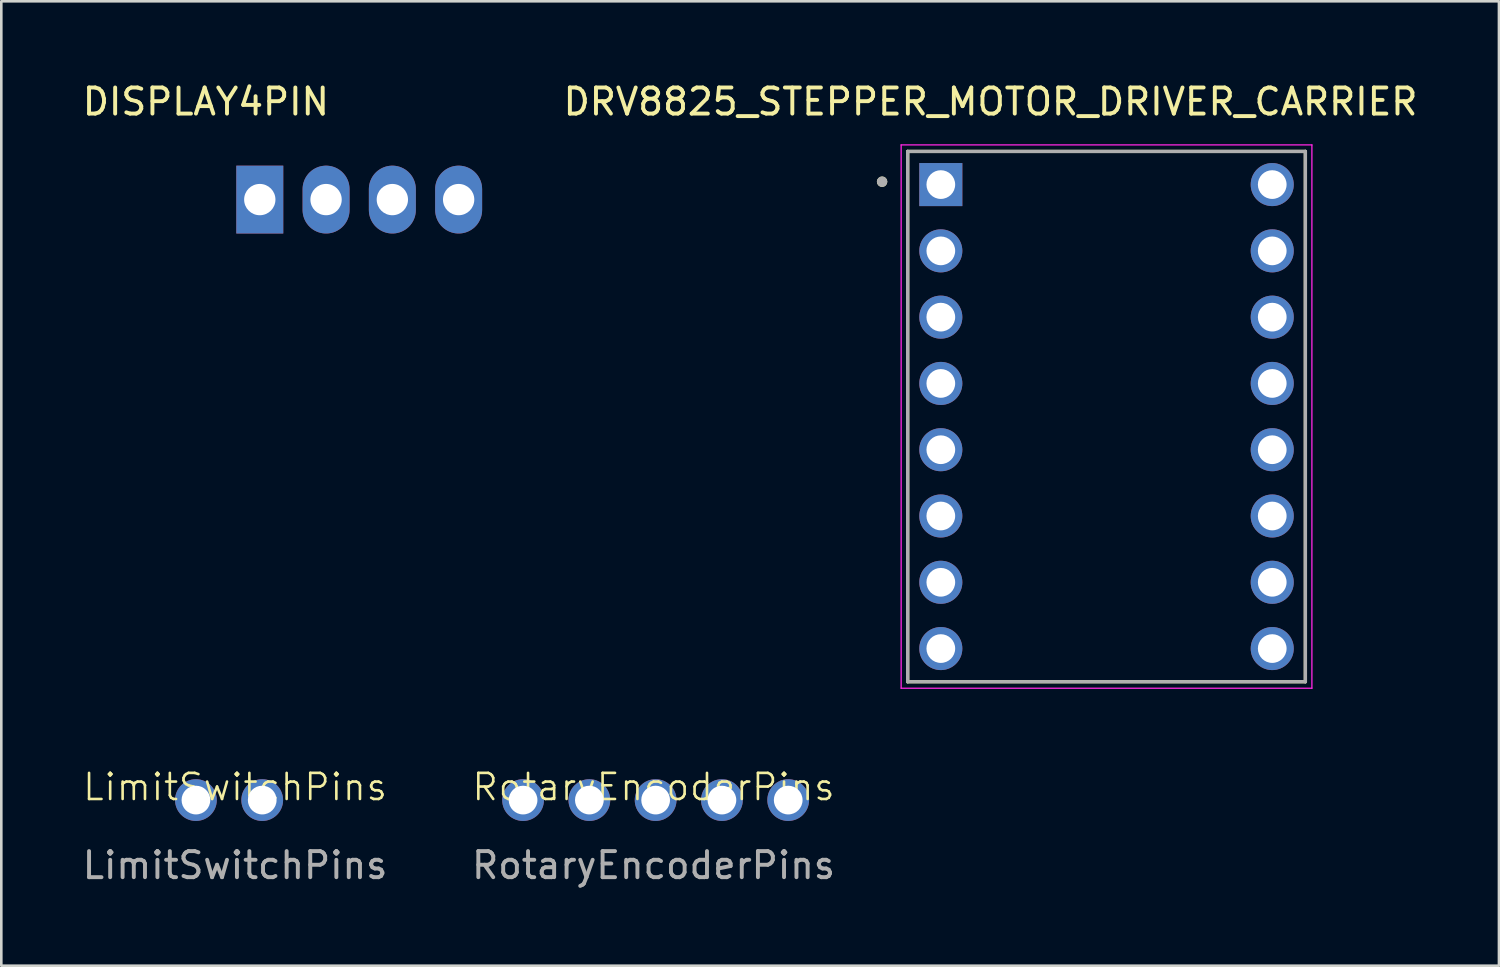
<source format=kicad_pcb>
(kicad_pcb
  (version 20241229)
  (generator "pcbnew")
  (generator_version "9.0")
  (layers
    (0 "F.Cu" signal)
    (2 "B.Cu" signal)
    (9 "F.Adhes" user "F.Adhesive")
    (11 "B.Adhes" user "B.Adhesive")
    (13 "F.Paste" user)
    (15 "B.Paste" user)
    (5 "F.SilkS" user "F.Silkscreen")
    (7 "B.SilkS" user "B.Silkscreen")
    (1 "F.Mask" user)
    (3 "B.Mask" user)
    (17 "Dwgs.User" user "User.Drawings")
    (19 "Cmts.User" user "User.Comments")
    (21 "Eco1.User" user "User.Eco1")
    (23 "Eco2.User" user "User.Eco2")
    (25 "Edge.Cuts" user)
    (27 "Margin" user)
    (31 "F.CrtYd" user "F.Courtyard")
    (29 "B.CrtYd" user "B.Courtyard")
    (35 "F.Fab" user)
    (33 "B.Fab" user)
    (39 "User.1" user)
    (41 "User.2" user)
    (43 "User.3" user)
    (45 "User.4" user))
  (footprint "RotaryEncoderPins"
    (layer "F.Cu")
    (at 21.994 27.609)
    (property "Reference" "RotaryEncoderPins" (at 0 -0.5 0) (unlocked yes) (layer "F.SilkS") (effects (font (size 1 1) (thickness 0.1))))
    (attr through_hole)
    (fp_text user "${REFERENCE}" (at 0 2.5 0) (unlocked yes) (layer "F.Fab") (effects (font (size 1 1) (thickness 0.15))))
    (pad "44" thru_hole circle (at 5.16 0) (size 1.6 1.6) (drill 1.1) (layers "*.Cu" "*.Mask"))
    (pad "45" thru_hole circle (at 2.62 0) (size 1.6 1.6) (drill 1.1) (layers "*.Cu" "*.Mask"))
    (pad "46" thru_hole circle (at 0.08 0) (size 1.6 1.6) (drill 1.1) (layers "*.Cu" "*.Mask"))
    (pad "47" thru_hole circle (at -2.46 0) (size 1.6 1.6) (drill 1.1) (layers "*.Cu" "*.Mask"))
    (pad "48" thru_hole circle (at -5 0) (size 1.6 1.6) (drill 1.1) (layers "*.Cu" "*.Mask")))
  (footprint "DISPLAY4PIN"
    (layer "F.Cu")
    (at 10.715 4.598)
    (property "Reference" "DISPLAY4PIN" (at -5.876 -3.75 0) (layer "F.SilkS") (effects (font (size 1 1) (thickness 0.15))))
    (attr through_hole)
    (pad "1" thru_hole rect (at -3.81 0) (size 1.8 2.6) (drill 1.2) (layers "*.Cu" "*.Mask"))
    (pad "2" thru_hole oval (at -1.27 0) (size 1.8 2.6) (drill 1.2) (layers "*.Cu" "*.Mask"))
    (pad "3" thru_hole oval (at 1.27 0) (size 1.8 2.6) (drill 1.2) (layers "*.Cu" "*.Mask"))
    (pad "4" thru_hole oval (at 3.81 0) (size 1.8 2.6) (drill 1.2) (layers "*.Cu" "*.Mask")))
  (footprint "LimitSwitchPins"
    (layer "F.Cu")
    (at 5.958 27.609)
    (property "Reference" "LimitSwitchPins" (at 0 -0.5 0) (unlocked yes) (layer "F.SilkS") (effects (font (size 1 1) (thickness 0.1))))
    (attr through_hole)
    (fp_text user "${REFERENCE}" (at 0 2.5 0) (unlocked yes) (layer "F.Fab") (effects (font (size 1 1) (thickness 0.15))))
    (pad "47" thru_hole circle (at 1.04 0) (size 1.6 1.6) (drill 1.1) (layers "*.Cu" "*.Mask"))
    (pad "48" thru_hole circle (at -1.5 0) (size 1.6 1.6) (drill 1.1) (layers "*.Cu" "*.Mask")))
  (footprint "DRV8825_STEPPER_MOTOR_DRIVER_CARRIER"
    (layer "F.Cu")
    (at 39.352 12.913)
    (property "Reference" "DRV8825_STEPPER_MOTOR_DRIVER_CARRIER" (at -4.445 -12.065 0) (layer "F.SilkS") (effects (font (size 1 1) (thickness 0.15))))
    (attr through_hole)
    (fp_line (start -7.62 -10.16) (end 7.62 -10.16) (stroke (width 0.127) (type solid)) (layer "F.SilkS"))
    (fp_line (start -7.62 10.16) (end -7.62 -10.16) (stroke (width 0.127) (type solid)) (layer "F.SilkS"))
    (fp_line (start 7.62 -10.16) (end 7.62 10.16) (stroke (width 0.127) (type solid)) (layer "F.SilkS"))
    (fp_line (start 7.62 10.16) (end -7.62 10.16) (stroke (width 0.127) (type solid)) (layer "F.SilkS"))
    (fp_circle (center -8.6 -9) (end -8.5 -9) (stroke (width 0.2) (type solid)) (fill no) (layer "F.SilkS"))
    (fp_line (start -7.87 -10.41) (end 7.87 -10.41) (stroke (width 0.05) (type solid)) (layer "F.CrtYd"))
    (fp_line (start -7.87 10.41) (end -7.87 -10.41) (stroke (width 0.05) (type solid)) (layer "F.CrtYd"))
    (fp_line (start 7.87 -10.41) (end 7.87 10.41) (stroke (width 0.05) (type solid)) (layer "F.CrtYd"))
    (fp_line (start 7.87 10.41) (end -7.87 10.41) (stroke (width 0.05) (type solid)) (layer "F.CrtYd"))
    (fp_line (start -7.62 -10.16) (end 7.62 -10.16) (stroke (width 0.127) (type solid)) (layer "F.Fab"))
    (fp_line (start -7.62 10.16) (end -7.62 -10.16) (stroke (width 0.127) (type solid)) (layer "F.Fab"))
    (fp_line (start 7.62 -10.16) (end 7.62 10.16) (stroke (width 0.127) (type solid)) (layer "F.Fab"))
    (fp_line (start 7.62 10.16) (end -7.62 10.16) (stroke (width 0.127) (type solid)) (layer "F.Fab"))
    (fp_circle (center -8.6 -9) (end -8.5 -9) (stroke (width 0.2) (type solid)) (fill no) (layer "F.Fab"))
    (pad "1" thru_hole rect (at -6.35 -8.89) (size 1.65 1.65) (drill 1.1) (layers "*.Cu" "*.Mask"))
    (pad "2" thru_hole circle (at -6.35 -6.35) (size 1.65 1.65) (drill 1.1) (layers "*.Cu" "*.Mask"))
    (pad "3" thru_hole circle (at -6.35 -3.81) (size 1.65 1.65) (drill 1.1) (layers "*.Cu" "*.Mask"))
    (pad "4" thru_hole circle (at -6.35 -1.27) (size 1.65 1.65) (drill 1.1) (layers "*.Cu" "*.Mask"))
    (pad "5" thru_hole circle (at -6.35 1.27) (size 1.65 1.65) (drill 1.1) (layers "*.Cu" "*.Mask"))
    (pad "6" thru_hole circle (at -6.35 3.81) (size 1.65 1.65) (drill 1.1) (layers "*.Cu" "*.Mask"))
    (pad "7" thru_hole circle (at -6.35 6.35) (size 1.65 1.65) (drill 1.1) (layers "*.Cu" "*.Mask"))
    (pad "8" thru_hole circle (at -6.35 8.89) (size 1.65 1.65) (drill 1.1) (layers "*.Cu" "*.Mask"))
    (pad "9" thru_hole circle (at 6.35 8.89) (size 1.65 1.65) (drill 1.1) (layers "*.Cu" "*.Mask"))
    (pad "10" thru_hole circle (at 6.35 6.35) (size 1.65 1.65) (drill 1.1) (layers "*.Cu" "*.Mask"))
    (pad "11" thru_hole circle (at 6.35 3.81) (size 1.65 1.65) (drill 1.1) (layers "*.Cu" "*.Mask"))
    (pad "12" thru_hole circle (at 6.35 1.27) (size 1.65 1.65) (drill 1.1) (layers "*.Cu" "*.Mask"))
    (pad "13" thru_hole circle (at 6.35 -1.27) (size 1.65 1.65) (drill 1.1) (layers "*.Cu" "*.Mask"))
    (pad "14" thru_hole circle (at 6.35 -3.81) (size 1.65 1.65) (drill 1.1) (layers "*.Cu" "*.Mask"))
    (pad "15" thru_hole circle (at 6.35 -6.35) (size 1.65 1.65) (drill 1.1) (layers "*.Cu" "*.Mask"))
    (pad "16" thru_hole circle (at 6.35 -8.89) (size 1.65 1.65) (drill 1.1) (layers "*.Cu" "*.Mask")))
  (gr_rect
    (start -3 -3)
    (end 54.39 33.957)
    (stroke (width 0.1) (type default))
    (fill no)
    (layer "Edge.Cuts")))
</source>
